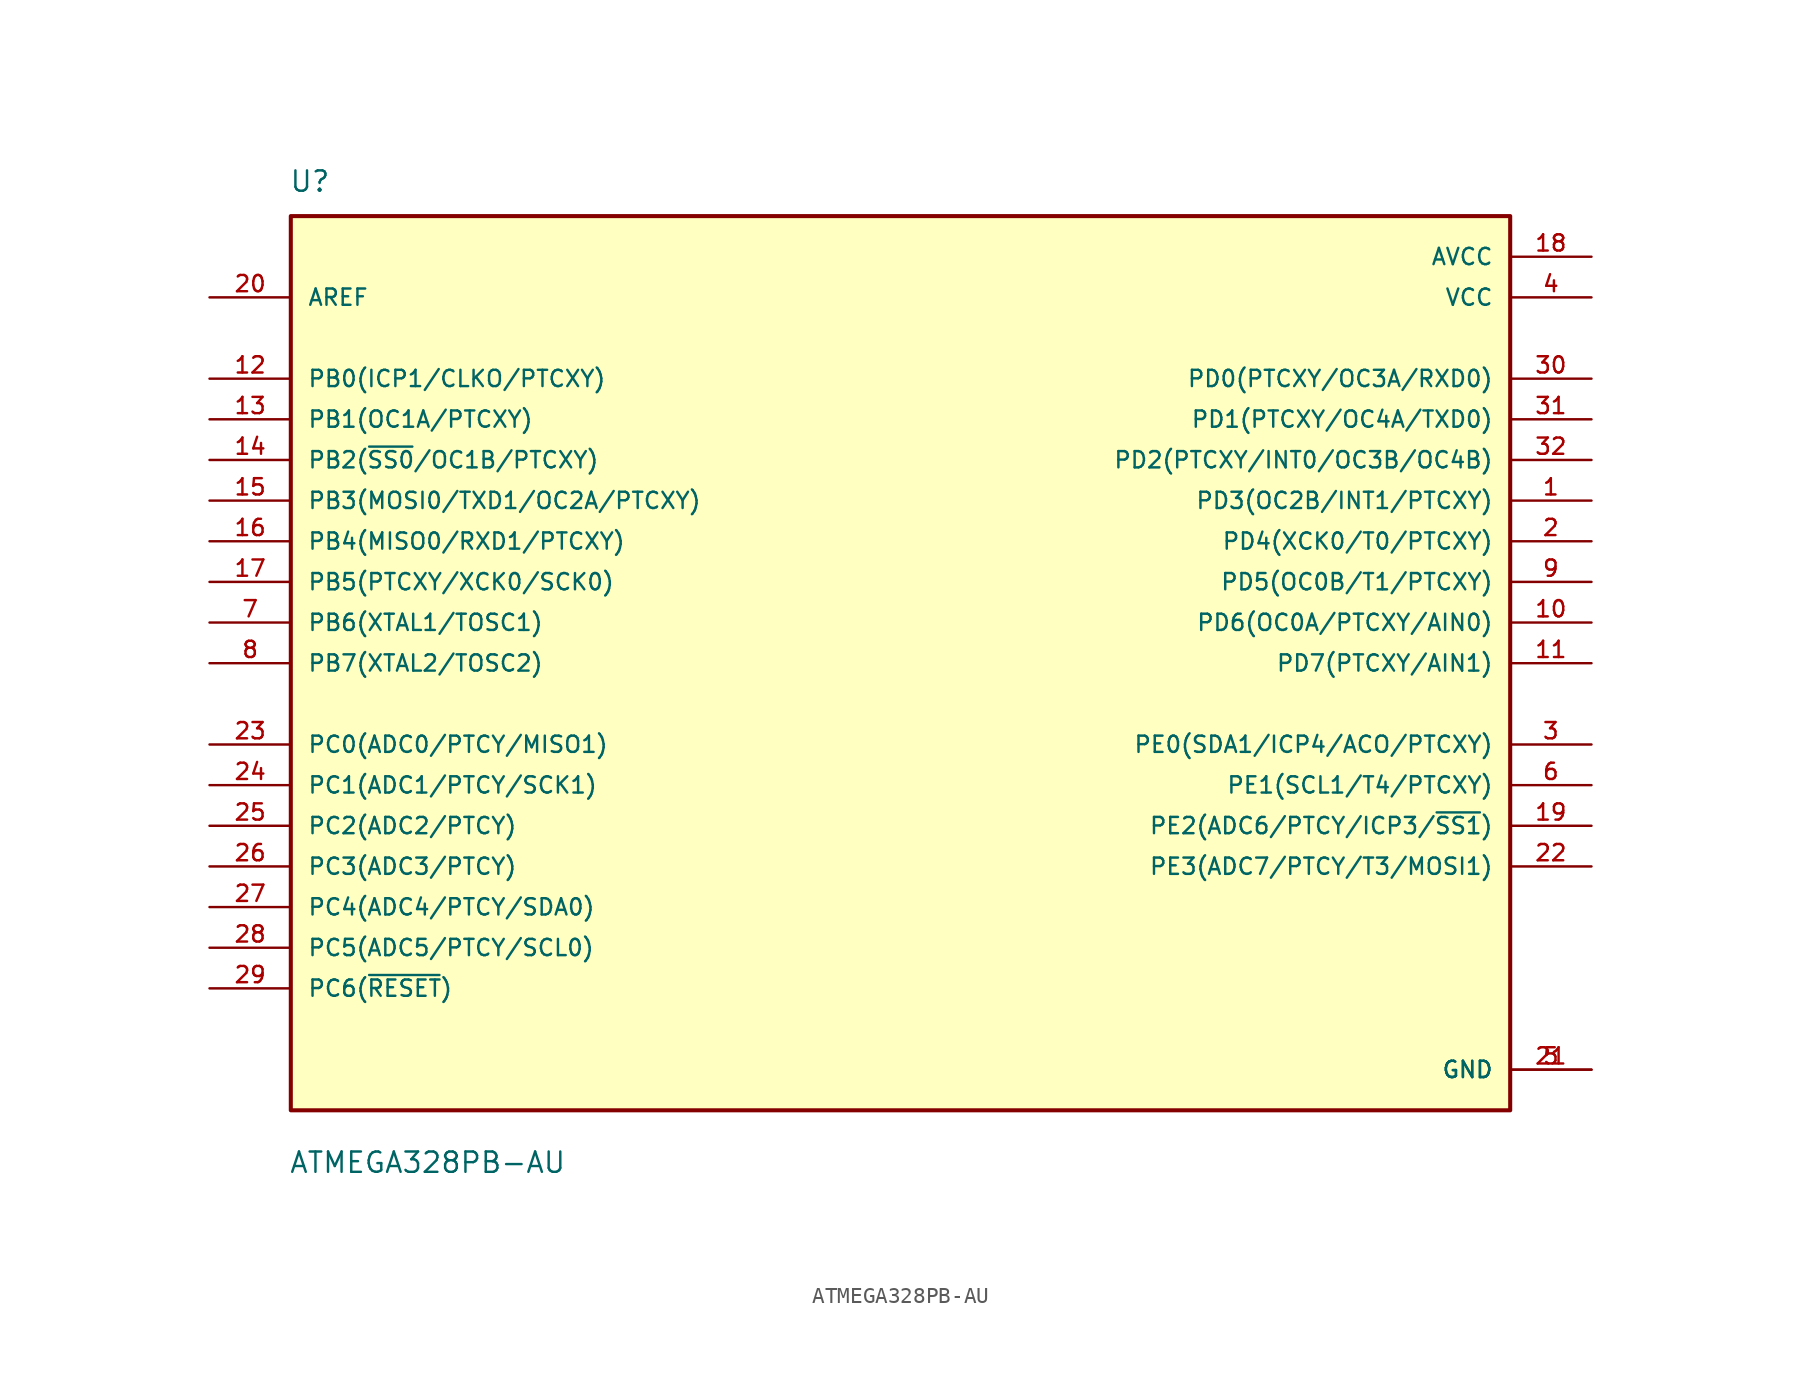
<source format=kicad_sym>
(kicad_symbol_lib
  (version 20211014)
  (generator kicad_symbol_editor)
  (symbol "ATMEGA328PB-AU"
    (pin_names
      (offset 1.016))
    (property "Reference" "U"
      (at -38.215 29.363 0)
      (effects (font (size 1.27 1.27)) (justify bottom left)))
    (property "Value" "ATMEGA328PB-AU"
      (at -38.233 -31.947 0)
      (effects (font (size 1.27 1.27)) (justify bottom left)))
    (symbol "ATMEGA328PB-AU_0_0"
      (rectangle (start -38.1 -27.94) (end 38.1 27.94) (stroke (width 0.254)) (fill (type background)))
      (pin power_in line (at 43.18 22.86 180.0) (length 5.08) (name "VCC" (effects (font (size 1.016 1.016)))) (number "4" (effects (font (size 1.016 1.016)))))
      (pin power_in line (at 43.18 -25.4 180.0) (length 5.08) (name "GND" (effects (font (size 1.016 1.016)))) (number "5" (effects (font (size 1.016 1.016)))))
      (pin power_in line (at 43.18 -25.4 180.0) (length 5.08) (name "GND" (effects (font (size 1.016 1.016)))) (number "21" (effects (font (size 1.016 1.016)))))
      (pin bidirectional line (at -43.18 17.78 0) (length 5.08) (name "PB0(ICP1/CLKO/PTCXY)" (effects (font (size 1.016 1.016)))) (number "12" (effects (font (size 1.016 1.016)))))
      (pin bidirectional line (at -43.18 15.24 0) (length 5.08) (name "PB1(OC1A/PTCXY)" (effects (font (size 1.016 1.016)))) (number "13" (effects (font (size 1.016 1.016)))))
      (pin bidirectional line (at -43.18 12.7 0) (length 5.08) (name "PB2(~{SS0}/OC1B/PTCXY)" (effects (font (size 1.016 1.016)))) (number "14" (effects (font (size 1.016 1.016)))))
      (pin bidirectional line (at -43.18 10.16 0) (length 5.08) (name "PB3(MOSI0/TXD1/OC2A/PTCXY)" (effects (font (size 1.016 1.016)))) (number "15" (effects (font (size 1.016 1.016)))))
      (pin bidirectional line (at -43.18 7.62 0) (length 5.08) (name "PB4(MISO0/RXD1/PTCXY)" (effects (font (size 1.016 1.016)))) (number "16" (effects (font (size 1.016 1.016)))))
      (pin bidirectional line (at -43.18 5.08 0) (length 5.08) (name "PB5(PTCXY/XCK0/SCK0)" (effects (font (size 1.016 1.016)))) (number "17" (effects (font (size 1.016 1.016)))))
      (pin bidirectional line (at -43.18 2.54 0) (length 5.08) (name "PB6(XTAL1/TOSC1)" (effects (font (size 1.016 1.016)))) (number "7" (effects (font (size 1.016 1.016)))))
      (pin bidirectional line (at -43.18 0.0 0) (length 5.08) (name "PB7(XTAL2/TOSC2)" (effects (font (size 1.016 1.016)))) (number "8" (effects (font (size 1.016 1.016)))))
      (pin bidirectional line (at -43.18 -5.08 0) (length 5.08) (name "PC0(ADC0/PTCY/MISO1)" (effects (font (size 1.016 1.016)))) (number "23" (effects (font (size 1.016 1.016)))))
      (pin bidirectional line (at -43.18 -7.62 0) (length 5.08) (name "PC1(ADC1/PTCY/SCK1)" (effects (font (size 1.016 1.016)))) (number "24" (effects (font (size 1.016 1.016)))))
      (pin bidirectional line (at -43.18 -10.16 0) (length 5.08) (name "PC2(ADC2/PTCY)" (effects (font (size 1.016 1.016)))) (number "25" (effects (font (size 1.016 1.016)))))
      (pin bidirectional line (at -43.18 -12.7 0) (length 5.08) (name "PC3(ADC3/PTCY)" (effects (font (size 1.016 1.016)))) (number "26" (effects (font (size 1.016 1.016)))))
      (pin bidirectional line (at -43.18 -15.24 0) (length 5.08) (name "PC4(ADC4/PTCY/SDA0)" (effects (font (size 1.016 1.016)))) (number "27" (effects (font (size 1.016 1.016)))))
      (pin bidirectional line (at -43.18 -17.78 0) (length 5.08) (name "PC5(ADC5/PTCY/SCL0)" (effects (font (size 1.016 1.016)))) (number "28" (effects (font (size 1.016 1.016)))))
      (pin bidirectional line (at -43.18 -20.32 0) (length 5.08) (name "PC6(~{RESET})" (effects (font (size 1.016 1.016)))) (number "29" (effects (font (size 1.016 1.016)))))
      (pin bidirectional line (at 43.18 17.78 180.0) (length 5.08) (name "PD0(PTCXY/OC3A/RXD0)" (effects (font (size 1.016 1.016)))) (number "30" (effects (font (size 1.016 1.016)))))
      (pin bidirectional line (at 43.18 15.24 180.0) (length 5.08) (name "PD1(PTCXY/OC4A/TXD0)" (effects (font (size 1.016 1.016)))) (number "31" (effects (font (size 1.016 1.016)))))
      (pin bidirectional line (at 43.18 12.7 180.0) (length 5.08) (name "PD2(PTCXY/INT0/OC3B/OC4B)" (effects (font (size 1.016 1.016)))) (number "32" (effects (font (size 1.016 1.016)))))
      (pin bidirectional line (at 43.18 10.16 180.0) (length 5.08) (name "PD3(OC2B/INT1/PTCXY)" (effects (font (size 1.016 1.016)))) (number "1" (effects (font (size 1.016 1.016)))))
      (pin bidirectional line (at 43.18 7.62 180.0) (length 5.08) (name "PD4(XCK0/T0/PTCXY)" (effects (font (size 1.016 1.016)))) (number "2" (effects (font (size 1.016 1.016)))))
      (pin bidirectional line (at 43.18 5.08 180.0) (length 5.08) (name "PD5(OC0B/T1/PTCXY)" (effects (font (size 1.016 1.016)))) (number "9" (effects (font (size 1.016 1.016)))))
      (pin bidirectional line (at 43.18 2.54 180.0) (length 5.08) (name "PD6(OC0A/PTCXY/AIN0)" (effects (font (size 1.016 1.016)))) (number "10" (effects (font (size 1.016 1.016)))))
      (pin bidirectional line (at 43.18 0.0 180.0) (length 5.08) (name "PD7(PTCXY/AIN1)" (effects (font (size 1.016 1.016)))) (number "11" (effects (font (size 1.016 1.016)))))
      (pin input line (at -43.18 22.86 0) (length 5.08) (name "AREF" (effects (font (size 1.016 1.016)))) (number "20" (effects (font (size 1.016 1.016)))))
      (pin power_in line (at 43.18 25.4 180.0) (length 5.08) (name "AVCC" (effects (font (size 1.016 1.016)))) (number "18" (effects (font (size 1.016 1.016)))))
      (pin bidirectional line (at 43.18 -10.16 180.0) (length 5.08) (name "PE2(ADC6/PTCY/ICP3/~{SS1})" (effects (font (size 1.016 1.016)))) (number "19" (effects (font (size 1.016 1.016)))))
      (pin bidirectional line (at 43.18 -12.7 180.0) (length 5.08) (name "PE3(ADC7/PTCY/T3/MOSI1)" (effects (font (size 1.016 1.016)))) (number "22" (effects (font (size 1.016 1.016)))))
      (pin bidirectional line (at 43.18 -7.62 180.0) (length 5.08) (name "PE1(SCL1/T4/PTCXY)" (effects (font (size 1.016 1.016)))) (number "6" (effects (font (size 1.016 1.016)))))
      (pin bidirectional line (at 43.18 -5.08 180.0) (length 5.08) (name "PE0(SDA1/ICP4/ACO/PTCXY)" (effects (font (size 1.016 1.016)))) (number "3" (effects (font (size 1.016 1.016))))))))
</source>
